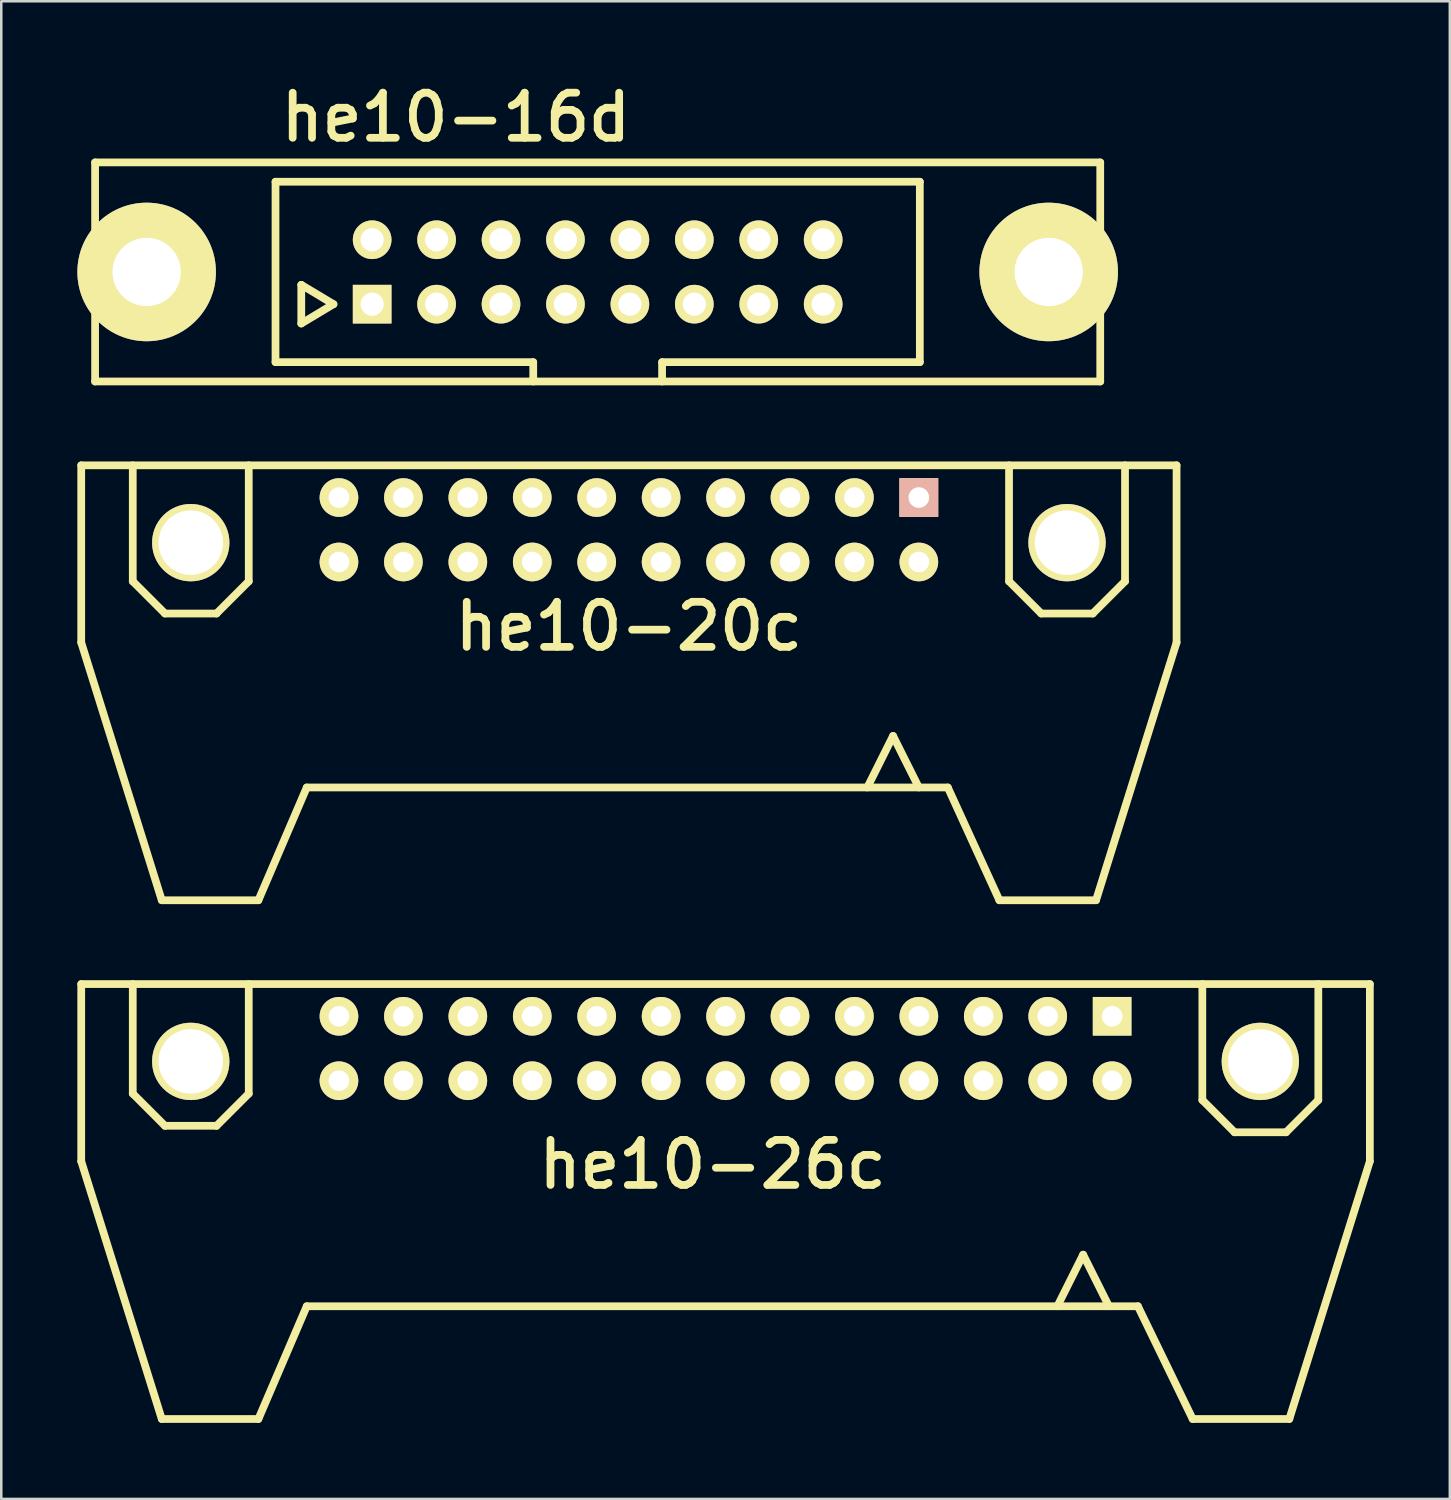
<source format=kicad_pcb>
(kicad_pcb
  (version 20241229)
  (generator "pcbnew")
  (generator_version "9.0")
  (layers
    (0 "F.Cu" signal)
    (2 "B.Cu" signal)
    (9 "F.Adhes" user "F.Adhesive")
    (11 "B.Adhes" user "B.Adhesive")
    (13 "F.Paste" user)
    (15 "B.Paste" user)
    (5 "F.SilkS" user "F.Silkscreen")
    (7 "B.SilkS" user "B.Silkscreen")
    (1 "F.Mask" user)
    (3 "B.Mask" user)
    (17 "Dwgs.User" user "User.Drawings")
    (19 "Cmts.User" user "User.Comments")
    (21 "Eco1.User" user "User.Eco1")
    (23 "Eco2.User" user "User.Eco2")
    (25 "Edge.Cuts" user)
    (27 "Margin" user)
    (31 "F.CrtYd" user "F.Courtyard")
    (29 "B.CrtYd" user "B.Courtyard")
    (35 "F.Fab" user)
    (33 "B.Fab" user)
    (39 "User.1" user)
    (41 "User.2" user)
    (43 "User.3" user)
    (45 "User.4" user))
  (footprint "he10-20c"
    (layer "F.Cu")
    (at 21.742 17.834)
    (property "Reference" "he10-20c" (at 0 3.81 0) (layer "F.SilkS") (effects (font (size 1.778 1.778) (thickness 0.305))))
    (attr through_hole)
    (fp_line (start -21.59 -2.54) (end -21.59 4.445) (stroke (width 0.305) (type solid)) (layer "F.SilkS"))
    (fp_line (start -21.59 -2.54) (end 21.59 -2.54) (stroke (width 0.305) (type solid)) (layer "F.SilkS"))
    (fp_line (start -21.59 4.445) (end -18.415 14.605) (stroke (width 0.305) (type solid)) (layer "F.SilkS"))
    (fp_line (start -19.558 2.032) (end -19.558 -2.54) (stroke (width 0.305) (type solid)) (layer "F.SilkS"))
    (fp_line (start -18.415 14.605) (end -14.605 14.605) (stroke (width 0.305) (type solid)) (layer "F.SilkS"))
    (fp_line (start -18.288 3.302) (end -19.558 2.032) (stroke (width 0.305) (type solid)) (layer "F.SilkS"))
    (fp_line (start -16.256 3.302) (end -18.288 3.302) (stroke (width 0.305) (type solid)) (layer "F.SilkS"))
    (fp_line (start -14.986 -2.54) (end -14.986 2.032) (stroke (width 0.305) (type solid)) (layer "F.SilkS"))
    (fp_line (start -14.986 2.032) (end -16.256 3.302) (stroke (width 0.305) (type solid)) (layer "F.SilkS"))
    (fp_line (start -14.605 14.605) (end -12.7 10.16) (stroke (width 0.305) (type solid)) (layer "F.SilkS"))
    (fp_line (start -12.7 10.16) (end 12.573 10.16) (stroke (width 0.305) (type solid)) (layer "F.SilkS"))
    (fp_line (start 10.414 8.128) (end 9.398 10.16) (stroke (width 0.305) (type solid)) (layer "F.SilkS"))
    (fp_line (start 11.43 10.16) (end 10.414 8.128) (stroke (width 0.305) (type solid)) (layer "F.SilkS"))
    (fp_line (start 14.605 14.605) (end 12.573 10.16) (stroke (width 0.305) (type solid)) (layer "F.SilkS"))
    (fp_line (start 14.986 2.032) (end 14.986 -2.54) (stroke (width 0.305) (type solid)) (layer "F.SilkS"))
    (fp_line (start 16.256 3.302) (end 14.986 2.032) (stroke (width 0.305) (type solid)) (layer "F.SilkS"))
    (fp_line (start 18.288 3.302) (end 16.256 3.302) (stroke (width 0.305) (type solid)) (layer "F.SilkS"))
    (fp_line (start 18.415 14.605) (end 14.605 14.605) (stroke (width 0.305) (type solid)) (layer "F.SilkS"))
    (fp_line (start 19.558 -2.54) (end 19.558 2.032) (stroke (width 0.305) (type solid)) (layer "F.SilkS"))
    (fp_line (start 19.558 2.032) (end 18.288 3.302) (stroke (width 0.305) (type solid)) (layer "F.SilkS"))
    (fp_line (start 21.59 -2.54) (end 21.59 4.445) (stroke (width 0.305) (type solid)) (layer "F.SilkS"))
    (fp_line (start 21.59 4.445) (end 18.415 14.605) (stroke (width 0.305) (type solid)) (layer "F.SilkS"))
    (pad "0" thru_hole circle (at -17.272 0.508) (size 3.048 3.048) (drill 2.54) (layers "*.Cu" "*.Mask" "F.SilkS"))
    (pad "0" thru_hole circle (at 17.272 0.508) (size 3.048 3.048) (drill 2.54) (layers "*.Cu" "*.Mask" "F.SilkS"))
    (pad "1" thru_hole rect (at 11.43 -1.27) (size 1.524 1.524) (drill 0.813) (layers "*.Cu" "*.SilkS" "*.Mask"))
    (pad "2" thru_hole circle (at 11.43 1.27) (size 1.524 1.524) (drill 0.813) (layers "*.Cu" "*.Mask" "F.SilkS"))
    (pad "3" thru_hole circle (at 8.89 -1.27) (size 1.524 1.524) (drill 0.813) (layers "*.Cu" "*.Mask" "F.SilkS"))
    (pad "4" thru_hole circle (at 8.89 1.27) (size 1.524 1.524) (drill 0.813) (layers "*.Cu" "*.Mask" "F.SilkS"))
    (pad "5" thru_hole circle (at 6.35 -1.27) (size 1.524 1.524) (drill 0.813) (layers "*.Cu" "*.Mask" "F.SilkS"))
    (pad "6" thru_hole circle (at 6.35 1.27) (size 1.524 1.524) (drill 0.813) (layers "*.Cu" "*.Mask" "F.SilkS"))
    (pad "7" thru_hole circle (at 3.81 -1.27) (size 1.524 1.524) (drill 0.813) (layers "*.Cu" "*.Mask" "F.SilkS"))
    (pad "8" thru_hole circle (at 3.81 1.27) (size 1.524 1.524) (drill 0.813) (layers "*.Cu" "*.Mask" "F.SilkS"))
    (pad "9" thru_hole circle (at 1.27 -1.27) (size 1.524 1.524) (drill 0.813) (layers "*.Cu" "*.Mask" "F.SilkS"))
    (pad "10" thru_hole circle (at 1.27 1.27) (size 1.524 1.524) (drill 0.813) (layers "*.Cu" "*.Mask" "F.SilkS"))
    (pad "11" thru_hole circle (at -1.27 -1.27) (size 1.524 1.524) (drill 0.813) (layers "*.Cu" "*.Mask" "F.SilkS"))
    (pad "12" thru_hole circle (at -1.27 1.27) (size 1.524 1.524) (drill 0.813) (layers "*.Cu" "*.Mask" "F.SilkS"))
    (pad "13" thru_hole circle (at -3.81 -1.27) (size 1.524 1.524) (drill 0.813) (layers "*.Cu" "*.Mask" "F.SilkS"))
    (pad "14" thru_hole circle (at -3.81 1.27) (size 1.524 1.524) (drill 0.813) (layers "*.Cu" "*.Mask" "F.SilkS"))
    (pad "15" thru_hole circle (at -6.35 -1.27) (size 1.524 1.524) (drill 0.813) (layers "*.Cu" "*.Mask" "F.SilkS"))
    (pad "16" thru_hole circle (at -6.35 1.27) (size 1.524 1.524) (drill 0.813) (layers "*.Cu" "*.Mask" "F.SilkS"))
    (pad "17" thru_hole circle (at -8.89 -1.27) (size 1.524 1.524) (drill 0.813) (layers "*.Cu" "*.Mask" "F.SilkS"))
    (pad "18" thru_hole circle (at -8.89 1.27) (size 1.524 1.524) (drill 0.813) (layers "*.Cu" "*.Mask" "F.SilkS"))
    (pad "19" thru_hole circle (at -11.43 -1.27) (size 1.524 1.524) (drill 0.813) (layers "*.Cu" "*.Mask" "F.SilkS"))
    (pad "20" thru_hole circle (at -11.43 1.27) (size 1.524 1.524) (drill 0.813) (layers "*.Cu" "*.Mask" "F.SilkS")))
  (footprint "he10-26c"
    (layer "F.Cu")
    (at 25.552 38.284)
    (property "Reference" "he10-26c" (at -0.508 4.572 0) (layer "F.SilkS") (effects (font (size 1.778 1.778) (thickness 0.305))))
    (attr through_hole)
    (fp_line (start -25.4 -2.54) (end -25.4 4.445) (stroke (width 0.305) (type solid)) (layer "F.SilkS"))
    (fp_line (start -25.4 -2.54) (end 25.4 -2.54) (stroke (width 0.305) (type solid)) (layer "F.SilkS"))
    (fp_line (start -25.4 4.445) (end -22.225 14.605) (stroke (width 0.305) (type solid)) (layer "F.SilkS"))
    (fp_line (start -23.368 1.778) (end -23.368 -2.54) (stroke (width 0.305) (type solid)) (layer "F.SilkS"))
    (fp_line (start -22.225 14.605) (end -18.415 14.605) (stroke (width 0.305) (type solid)) (layer "F.SilkS"))
    (fp_line (start -22.098 3.048) (end -23.368 1.778) (stroke (width 0.305) (type solid)) (layer "F.SilkS"))
    (fp_line (start -20.066 3.048) (end -22.098 3.048) (stroke (width 0.305) (type solid)) (layer "F.SilkS"))
    (fp_line (start -18.796 -2.54) (end -18.796 1.778) (stroke (width 0.305) (type solid)) (layer "F.SilkS"))
    (fp_line (start -18.796 1.778) (end -20.066 3.048) (stroke (width 0.305) (type solid)) (layer "F.SilkS"))
    (fp_line (start -18.415 14.605) (end -16.51 10.16) (stroke (width 0.305) (type solid)) (layer "F.SilkS"))
    (fp_line (start 14.097 8.128) (end 13.081 10.16) (stroke (width 0.305) (type solid)) (layer "F.SilkS"))
    (fp_line (start 15.113 10.16) (end 14.097 8.128) (stroke (width 0.305) (type solid)) (layer "F.SilkS"))
    (fp_line (start 16.256 10.16) (end -16.51 10.16) (stroke (width 0.305) (type solid)) (layer "F.SilkS"))
    (fp_line (start 18.415 14.605) (end 16.256 10.16) (stroke (width 0.305) (type solid)) (layer "F.SilkS"))
    (fp_line (start 18.796 2.032) (end 18.796 -2.54) (stroke (width 0.305) (type solid)) (layer "F.SilkS"))
    (fp_line (start 20.066 3.302) (end 18.796 2.032) (stroke (width 0.305) (type solid)) (layer "F.SilkS"))
    (fp_line (start 22.098 3.302) (end 20.066 3.302) (stroke (width 0.305) (type solid)) (layer "F.SilkS"))
    (fp_line (start 22.225 14.605) (end 18.415 14.605) (stroke (width 0.305) (type solid)) (layer "F.SilkS"))
    (fp_line (start 23.368 -2.54) (end 23.368 2.032) (stroke (width 0.305) (type solid)) (layer "F.SilkS"))
    (fp_line (start 23.368 2.032) (end 22.098 3.302) (stroke (width 0.305) (type solid)) (layer "F.SilkS"))
    (fp_line (start 25.4 -2.54) (end 25.4 4.445) (stroke (width 0.305) (type solid)) (layer "F.SilkS"))
    (fp_line (start 25.4 4.445) (end 22.225 14.605) (stroke (width 0.305) (type solid)) (layer "F.SilkS"))
    (pad "0" thru_hole circle (at -21.082 0.508) (size 3.048 3.048) (drill 2.54) (layers "*.Cu" "*.Mask" "F.SilkS"))
    (pad "0" thru_hole circle (at 21.082 0.508) (size 3.048 3.048) (drill 2.54) (layers "*.Cu" "*.Mask" "F.SilkS"))
    (pad "1" thru_hole rect (at 15.24 -1.27) (size 1.524 1.524) (drill 0.813) (layers "*.Cu" "*.Mask" "F.SilkS"))
    (pad "2" thru_hole circle (at 15.24 1.27) (size 1.524 1.524) (drill 0.813) (layers "*.Cu" "*.Mask" "F.SilkS"))
    (pad "3" thru_hole circle (at 12.7 -1.27) (size 1.524 1.524) (drill 0.813) (layers "*.Cu" "*.Mask" "F.SilkS"))
    (pad "4" thru_hole circle (at 12.7 1.27) (size 1.524 1.524) (drill 0.813) (layers "*.Cu" "*.Mask" "F.SilkS"))
    (pad "5" thru_hole circle (at 10.16 -1.27) (size 1.524 1.524) (drill 0.813) (layers "*.Cu" "*.Mask" "F.SilkS"))
    (pad "6" thru_hole circle (at 10.16 1.27) (size 1.524 1.524) (drill 0.813) (layers "*.Cu" "*.Mask" "F.SilkS"))
    (pad "7" thru_hole circle (at 7.62 -1.27) (size 1.524 1.524) (drill 0.813) (layers "*.Cu" "*.Mask" "F.SilkS"))
    (pad "8" thru_hole circle (at 7.62 1.27) (size 1.524 1.524) (drill 0.813) (layers "*.Cu" "*.Mask" "F.SilkS"))
    (pad "9" thru_hole circle (at 5.08 -1.27) (size 1.524 1.524) (drill 0.813) (layers "*.Cu" "*.Mask" "F.SilkS"))
    (pad "10" thru_hole circle (at 5.08 1.27) (size 1.524 1.524) (drill 0.813) (layers "*.Cu" "*.Mask" "F.SilkS"))
    (pad "11" thru_hole circle (at 2.54 -1.27) (size 1.524 1.524) (drill 0.813) (layers "*.Cu" "*.Mask" "F.SilkS"))
    (pad "12" thru_hole circle (at 2.54 1.27) (size 1.524 1.524) (drill 0.813) (layers "*.Cu" "*.Mask" "F.SilkS"))
    (pad "13" thru_hole circle (at 0 -1.27) (size 1.524 1.524) (drill 0.813) (layers "*.Cu" "*.Mask" "F.SilkS"))
    (pad "14" thru_hole circle (at 0 1.27) (size 1.524 1.524) (drill 0.813) (layers "*.Cu" "*.Mask" "F.SilkS"))
    (pad "15" thru_hole circle (at -2.54 -1.27) (size 1.524 1.524) (drill 0.813) (layers "*.Cu" "*.Mask" "F.SilkS"))
    (pad "16" thru_hole circle (at -2.54 1.27) (size 1.524 1.524) (drill 0.813) (layers "*.Cu" "*.Mask" "F.SilkS"))
    (pad "17" thru_hole circle (at -5.08 -1.27) (size 1.524 1.524) (drill 0.813) (layers "*.Cu" "*.Mask" "F.SilkS"))
    (pad "18" thru_hole circle (at -5.08 1.27) (size 1.524 1.524) (drill 0.813) (layers "*.Cu" "*.Mask" "F.SilkS"))
    (pad "19" thru_hole circle (at -7.62 -1.27) (size 1.524 1.524) (drill 0.813) (layers "*.Cu" "*.Mask" "F.SilkS"))
    (pad "20" thru_hole circle (at -7.62 1.27) (size 1.524 1.524) (drill 0.813) (layers "*.Cu" "*.Mask" "F.SilkS"))
    (pad "21" thru_hole circle (at -10.16 -1.27) (size 1.524 1.524) (drill 0.813) (layers "*.Cu" "*.Mask" "F.SilkS"))
    (pad "22" thru_hole circle (at -10.16 1.27) (size 1.524 1.524) (drill 0.813) (layers "*.Cu" "*.Mask" "F.SilkS"))
    (pad "23" thru_hole circle (at -12.7 -1.27) (size 1.524 1.524) (drill 0.813) (layers "*.Cu" "*.Mask" "F.SilkS"))
    (pad "24" thru_hole circle (at -12.7 1.27) (size 1.524 1.524) (drill 0.813) (layers "*.Cu" "*.Mask" "F.SilkS"))
    (pad "25" thru_hole circle (at -15.24 -1.27) (size 1.524 1.524) (drill 0.813) (layers "*.Cu" "*.Mask" "F.SilkS"))
    (pad "26" thru_hole circle (at -15.24 1.27) (size 1.524 1.524) (drill 0.813) (layers "*.Cu" "*.Mask" "F.SilkS")))
  (footprint "he10-16d"
    (layer "F.Cu")
    (at 20.511 7.671)
    (property "Reference" "he10-16d" (at -5.588 -6.096 0) (layer "F.SilkS") (effects (font (size 1.778 1.778) (thickness 0.305))))
    (attr through_hole)
    (fp_line (start -19.812 -4.318) (end 19.812 -4.318) (stroke (width 0.305) (type solid)) (layer "F.SilkS"))
    (fp_line (start -19.812 4.318) (end -19.812 -4.318) (stroke (width 0.305) (type solid)) (layer "F.SilkS"))
    (fp_line (start -12.7 -3.556) (end 12.7 -3.556) (stroke (width 0.305) (type solid)) (layer "F.SilkS"))
    (fp_line (start -12.7 3.556) (end -12.7 -3.556) (stroke (width 0.305) (type solid)) (layer "F.SilkS"))
    (fp_line (start -11.684 0.508) (end -11.684 2.032) (stroke (width 0.305) (type solid)) (layer "F.SilkS"))
    (fp_line (start -11.684 2.032) (end -10.414 1.27) (stroke (width 0.305) (type solid)) (layer "F.SilkS"))
    (fp_line (start -10.414 1.27) (end -11.684 0.508) (stroke (width 0.305) (type solid)) (layer "F.SilkS"))
    (fp_line (start -2.54 3.556) (end -12.7 3.556) (stroke (width 0.305) (type solid)) (layer "F.SilkS"))
    (fp_line (start -2.54 4.318) (end -2.54 3.556) (stroke (width 0.305) (type solid)) (layer "F.SilkS"))
    (fp_line (start 2.54 3.556) (end 2.54 4.318) (stroke (width 0.305) (type solid)) (layer "F.SilkS"))
    (fp_line (start 12.7 -3.556) (end 12.7 3.556) (stroke (width 0.305) (type solid)) (layer "F.SilkS"))
    (fp_line (start 12.7 3.556) (end 2.54 3.556) (stroke (width 0.305) (type solid)) (layer "F.SilkS"))
    (fp_line (start 19.812 -4.318) (end 19.812 4.318) (stroke (width 0.305) (type solid)) (layer "F.SilkS"))
    (fp_line (start 19.812 4.318) (end -19.812 4.318) (stroke (width 0.305) (type solid)) (layer "F.SilkS"))
    (pad "0" thru_hole circle (at -17.78 0) (size 5.461 5.461) (drill 2.692) (layers "*.Cu" "*.Mask" "F.SilkS"))
    (pad "0" thru_hole circle (at 17.78 0) (size 5.461 5.461) (drill 2.692) (layers "*.Cu" "*.Mask" "F.SilkS"))
    (pad "1" thru_hole rect (at -8.89 1.27) (size 1.524 1.524) (drill 0.914) (layers "*.Cu" "*.Mask" "F.SilkS"))
    (pad "2" thru_hole circle (at -8.89 -1.27) (size 1.524 1.524) (drill 0.914) (layers "*.Cu" "*.Mask" "F.SilkS"))
    (pad "3" thru_hole circle (at -6.35 1.27) (size 1.524 1.524) (drill 0.914) (layers "*.Cu" "*.Mask" "F.SilkS"))
    (pad "4" thru_hole circle (at -6.35 -1.27) (size 1.524 1.524) (drill 0.914) (layers "*.Cu" "*.Mask" "F.SilkS"))
    (pad "5" thru_hole circle (at -3.81 1.27) (size 1.524 1.524) (drill 0.914) (layers "*.Cu" "*.Mask" "F.SilkS"))
    (pad "6" thru_hole circle (at -3.81 -1.27) (size 1.524 1.524) (drill 0.914) (layers "*.Cu" "*.Mask" "F.SilkS"))
    (pad "7" thru_hole circle (at -1.27 1.27) (size 1.524 1.524) (drill 0.914) (layers "*.Cu" "*.Mask" "F.SilkS"))
    (pad "8" thru_hole circle (at -1.27 -1.27) (size 1.524 1.524) (drill 0.914) (layers "*.Cu" "*.Mask" "F.SilkS"))
    (pad "9" thru_hole circle (at 1.27 1.27) (size 1.524 1.524) (drill 0.914) (layers "*.Cu" "*.Mask" "F.SilkS"))
    (pad "10" thru_hole circle (at 1.27 -1.27) (size 1.524 1.524) (drill 0.914) (layers "*.Cu" "*.Mask" "F.SilkS"))
    (pad "11" thru_hole circle (at 3.81 1.27) (size 1.524 1.524) (drill 0.914) (layers "*.Cu" "*.Mask" "F.SilkS"))
    (pad "12" thru_hole circle (at 3.81 -1.27) (size 1.524 1.524) (drill 0.914) (layers "*.Cu" "*.Mask" "F.SilkS"))
    (pad "13" thru_hole circle (at 6.35 1.27) (size 1.524 1.524) (drill 0.914) (layers "*.Cu" "*.Mask" "F.SilkS"))
    (pad "14" thru_hole circle (at 6.35 -1.27) (size 1.524 1.524) (drill 0.914) (layers "*.Cu" "*.Mask" "F.SilkS"))
    (pad "15" thru_hole circle (at 8.89 1.27) (size 1.524 1.524) (drill 0.914) (layers "*.Cu" "*.Mask" "F.SilkS"))
    (pad "16" thru_hole circle (at 8.89 -1.27) (size 1.524 1.524) (drill 0.914) (layers "*.Cu" "*.Mask" "F.SilkS")))
  (gr_rect
    (start -3 -3)
    (end 54.105 56.041)
    (stroke (width 0.1) (type default))
    (fill no)
    (layer "Edge.Cuts")))
</source>
